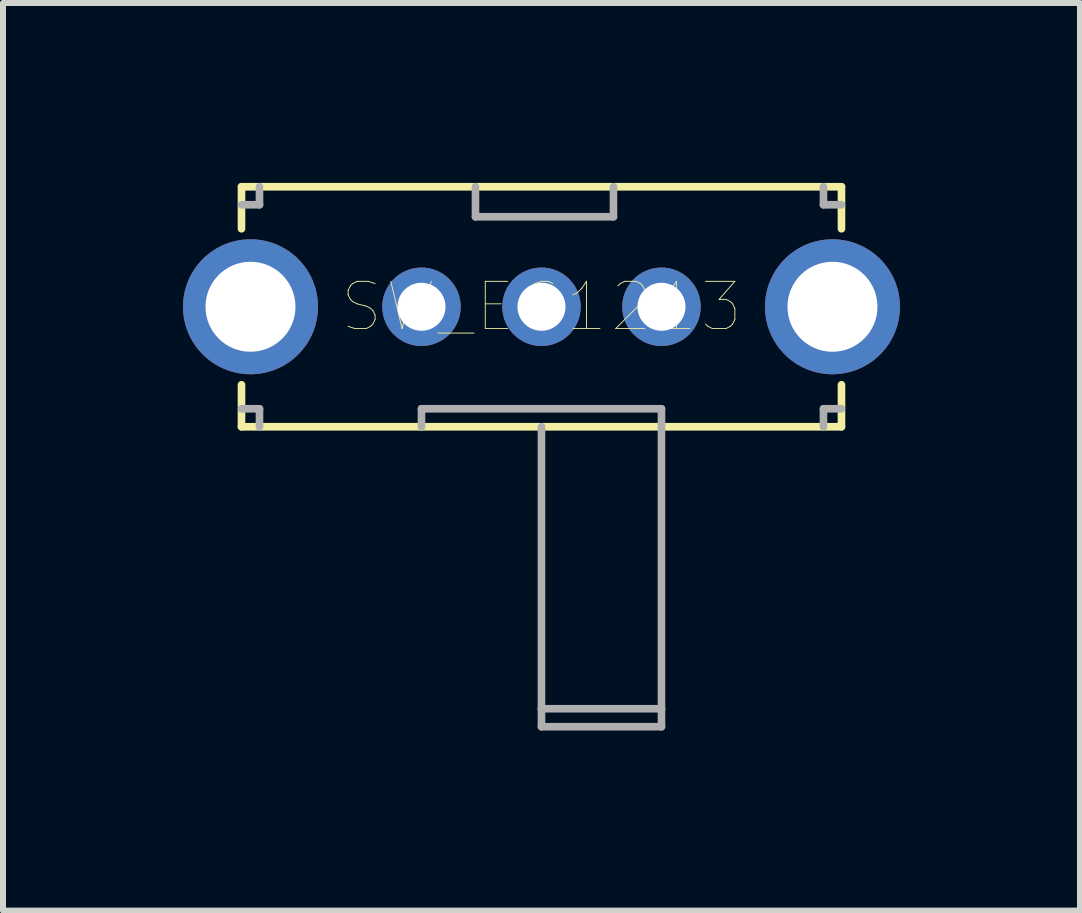
<source format=kicad_pcb>
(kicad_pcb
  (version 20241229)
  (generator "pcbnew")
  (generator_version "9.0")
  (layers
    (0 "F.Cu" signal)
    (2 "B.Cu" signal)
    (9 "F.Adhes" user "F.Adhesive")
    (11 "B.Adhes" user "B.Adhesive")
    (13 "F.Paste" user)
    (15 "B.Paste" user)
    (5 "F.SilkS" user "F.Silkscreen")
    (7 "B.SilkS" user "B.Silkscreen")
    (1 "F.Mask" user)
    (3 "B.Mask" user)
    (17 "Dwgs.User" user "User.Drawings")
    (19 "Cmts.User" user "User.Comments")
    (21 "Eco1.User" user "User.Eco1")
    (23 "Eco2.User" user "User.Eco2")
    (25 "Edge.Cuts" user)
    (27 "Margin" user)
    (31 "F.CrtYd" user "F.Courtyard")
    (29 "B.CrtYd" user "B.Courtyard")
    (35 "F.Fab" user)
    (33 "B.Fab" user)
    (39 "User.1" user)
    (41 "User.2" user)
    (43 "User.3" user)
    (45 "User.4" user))
  (footprint "SW_EG1213"
    (layer "F.Cu")
    (at 5.975 2.063)
    (property "Reference" "SW_EG1213" (at 0 0 0) (layer "F.SilkS") (effects (font (size 0.787 0.787) (thickness 0.015))))
    (attr through_hole)
    (fp_line (start -5 -2) (end -5 -1.3) (stroke (width 0.127) (type solid)) (layer "F.SilkS"))
    (fp_line (start -5 -2) (end 5 -2) (stroke (width 0.127) (type solid)) (layer "F.SilkS"))
    (fp_line (start -5 1.3) (end -5 2) (stroke (width 0.127) (type solid)) (layer "F.SilkS"))
    (fp_line (start -2 2) (end -5 2) (stroke (width 0.127) (type solid)) (layer "F.SilkS"))
    (fp_line (start 0 2) (end -2 2) (stroke (width 0.127) (type solid)) (layer "F.SilkS"))
    (fp_line (start 2 2) (end 0 2) (stroke (width 0.127) (type solid)) (layer "F.SilkS"))
    (fp_line (start 5 -2) (end 5 -1.3) (stroke (width 0.127) (type solid)) (layer "F.SilkS"))
    (fp_line (start 5 1.3) (end 5 2) (stroke (width 0.127) (type solid)) (layer "F.SilkS"))
    (fp_line (start 5 2) (end 2 2) (stroke (width 0.127) (type solid)) (layer "F.SilkS"))
    (fp_line (start -5 1.7) (end -4.7 1.7) (stroke (width 0.127) (type solid)) (layer "F.Fab"))
    (fp_line (start -4.7 -2) (end -4.7 -1.7) (stroke (width 0.127) (type solid)) (layer "F.Fab"))
    (fp_line (start -4.7 -1.7) (end -5 -1.7) (stroke (width 0.127) (type solid)) (layer "F.Fab"))
    (fp_line (start -4.7 1.7) (end -4.7 2) (stroke (width 0.127) (type solid)) (layer "F.Fab"))
    (fp_line (start -2 1.7) (end -2 2) (stroke (width 0.127) (type solid)) (layer "F.Fab"))
    (fp_line (start -1.1 -2) (end -1.1 -1.5) (stroke (width 0.127) (type solid)) (layer "F.Fab"))
    (fp_line (start -1.1 -1.5) (end 1.2 -1.5) (stroke (width 0.127) (type solid)) (layer "F.Fab"))
    (fp_line (start 0 6.7) (end 0 2) (stroke (width 0.127) (type solid)) (layer "F.Fab"))
    (fp_line (start 0 6.7) (end 2 6.7) (stroke (width 0.127) (type solid)) (layer "F.Fab"))
    (fp_line (start 0 7) (end 0 6.7) (stroke (width 0.127) (type solid)) (layer "F.Fab"))
    (fp_line (start 1.2 -1.5) (end 1.2 -2) (stroke (width 0.127) (type solid)) (layer "F.Fab"))
    (fp_line (start 2 1.7) (end -2 1.7) (stroke (width 0.127) (type solid)) (layer "F.Fab"))
    (fp_line (start 2 1.7) (end 2 6.7) (stroke (width 0.127) (type solid)) (layer "F.Fab"))
    (fp_line (start 2 6.7) (end 2 7) (stroke (width 0.127) (type solid)) (layer "F.Fab"))
    (fp_line (start 2 7) (end 0 7) (stroke (width 0.127) (type solid)) (layer "F.Fab"))
    (fp_line (start 4.7 -2) (end 4.7 -1.7) (stroke (width 0.127) (type solid)) (layer "F.Fab"))
    (fp_line (start 4.7 -1.7) (end 5 -1.7) (stroke (width 0.127) (type solid)) (layer "F.Fab"))
    (fp_line (start 4.7 1.7) (end 4.7 2) (stroke (width 0.127) (type solid)) (layer "F.Fab"))
    (fp_line (start 5 1.7) (end 4.7 1.7) (stroke (width 0.127) (type solid)) (layer "F.Fab"))
    (pad "1" thru_hole circle (at -2 0) (size 1.308 1.308) (drill 0.8) (layers "*.Cu" "*.Mask"))
    (pad "2" thru_hole circle (at 0 0) (size 1.308 1.308) (drill 0.8) (layers "*.Cu" "*.Mask"))
    (pad "3" thru_hole circle (at 2 0) (size 1.308 1.308) (drill 0.8) (layers "*.Cu" "*.Mask"))
    (pad "P$4" thru_hole circle (at -4.85 0) (size 2.25 2.25) (drill 1.5) (layers "*.Cu" "*.Mask"))
    (pad "P$5" thru_hole circle (at 4.85 0) (size 2.25 2.25) (drill 1.5) (layers "*.Cu" "*.Mask")))
  (gr_rect
    (start -3 -3)
    (end 14.95 12.127)
    (stroke (width 0.1) (type default))
    (fill no)
    (layer "Edge.Cuts")))
</source>
